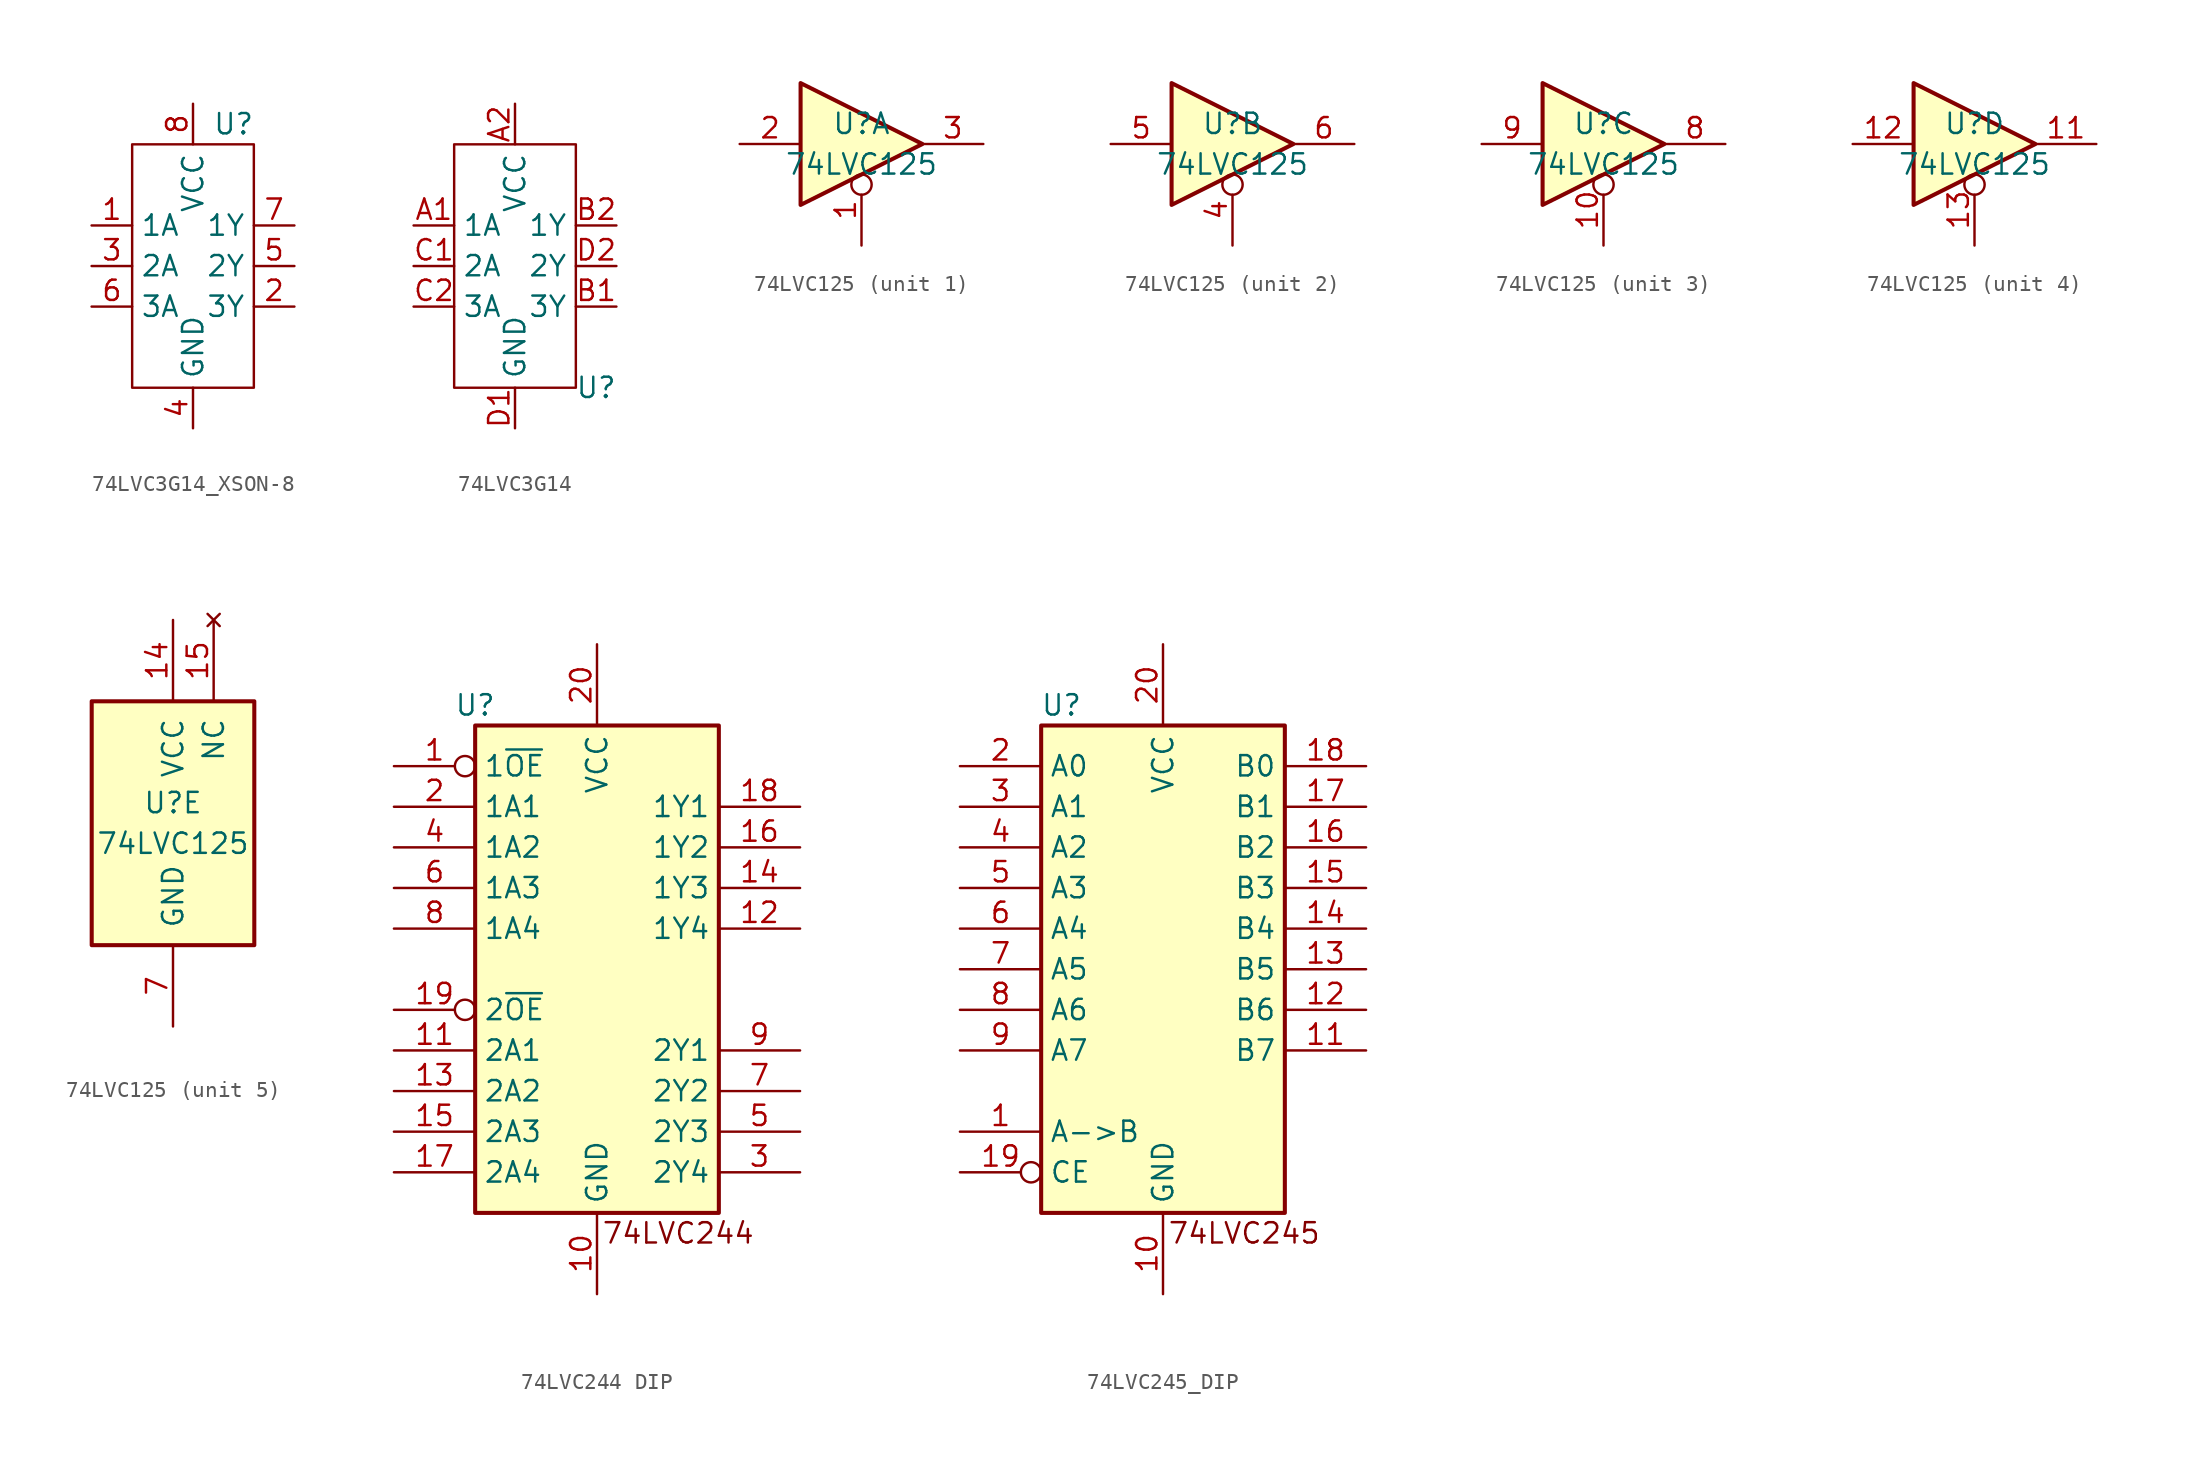
<source format=kicad_sym>
(kicad_symbol_lib
  (version 20220914)
  (generator kicad_symbol_editor)
  (symbol "74LVC3G14_XSON-8"
    (property "Reference" "U"
      (at 2.54 8.89 0)
      (effects (font (size 1.27 1.27))))
    (property "Value" ""
      (at 0 0 0)
      (effects (font (size 1.27 1.27))))
    (symbol "74LVC3G14_XSON-8_0_1"
      (rectangle (start -3.81 7.62) (end 3.81 -7.62) (stroke (width 0) (type default)) (fill (type none))))
    (symbol "74LVC3G14_XSON-8_1_1"
      (pin input line (at -6.35 2.54 0) (length 2.54) (name "1A" (effects (font (size 1.27 1.27)))) (number "1" (effects (font (size 1.27 1.27)))))
      (pin output line (at 6.35 -2.54 180) (length 2.54) (name "3Y" (effects (font (size 1.27 1.27)))) (number "2" (effects (font (size 1.27 1.27)))))
      (pin input line (at -6.35 0 0) (length 2.54) (name "2A" (effects (font (size 1.27 1.27)))) (number "3" (effects (font (size 1.27 1.27)))))
      (pin power_in line (at 0 -10.16 90) (length 2.54) (name "GND" (effects (font (size 1.27 1.27)))) (number "4" (effects (font (size 1.27 1.27)))))
      (pin output line (at 6.35 0 180) (length 2.54) (name "2Y" (effects (font (size 1.27 1.27)))) (number "5" (effects (font (size 1.27 1.27)))))
      (pin input line (at -6.35 -2.54 0) (length 2.54) (name "3A" (effects (font (size 1.27 1.27)))) (number "6" (effects (font (size 1.27 1.27)))))
      (pin output line (at 6.35 2.54 180) (length 2.54) (name "1Y" (effects (font (size 1.27 1.27)))) (number "7" (effects (font (size 1.27 1.27)))))
      (pin power_in line (at 0 10.16 270) (length 2.54) (name "VCC" (effects (font (size 1.27 1.27)))) (number "8" (effects (font (size 1.27 1.27)))))))
  (symbol "74LVC3G14"
    (property "Reference" "U"
      (at 5.08 -7.62 0)
      (effects (font (size 1.27 1.27))))
    (property "Value" ""
      (at 0 0 0)
      (effects (font (size 1.27 1.27))))
    (symbol "74LVC3G14_0_1"
      (rectangle (start -3.81 7.62) (end 3.81 -7.62) (stroke (width 0) (type default)) (fill (type none))))
    (symbol "74LVC3G14_1_1"
      (pin input line (at -6.35 2.54 0) (length 2.54) (name "1A" (effects (font (size 1.27 1.27)))) (number "A1" (effects (font (size 1.27 1.27)))))
      (pin power_in line (at 0 10.16 270) (length 2.54) (name "VCC" (effects (font (size 1.27 1.27)))) (number "A2" (effects (font (size 1.27 1.27)))))
      (pin output line (at 6.35 -2.54 180) (length 2.54) (name "3Y" (effects (font (size 1.27 1.27)))) (number "B1" (effects (font (size 1.27 1.27)))))
      (pin output line (at 6.35 2.54 180) (length 2.54) (name "1Y" (effects (font (size 1.27 1.27)))) (number "B2" (effects (font (size 1.27 1.27)))))
      (pin input line (at -6.35 0 0) (length 2.54) (name "2A" (effects (font (size 1.27 1.27)))) (number "C1" (effects (font (size 1.27 1.27)))))
      (pin input line (at -6.35 -2.54 0) (length 2.54) (name "3A" (effects (font (size 1.27 1.27)))) (number "C2" (effects (font (size 1.27 1.27)))))
      (pin power_in line (at 0 -10.16 90) (length 2.54) (name "GND" (effects (font (size 1.27 1.27)))) (number "D1" (effects (font (size 1.27 1.27)))))
      (pin output line (at 6.35 0 180) (length 2.54) (name "2Y" (effects (font (size 1.27 1.27)))) (number "D2" (effects (font (size 1.27 1.27)))))))
  (symbol "74LVC125"
    (pin_names
      (offset 1.016))
    (property "Reference" "U"
      (at 0 1.27 0)
      (effects (font (size 1.27 1.27))))
    (property "Value" "74LVC125"
      (at 0 -1.27 0)
      (effects (font (size 1.27 1.27))))
    (property "ki_locked" ""
      (at 0 0 0)
      (effects (font (size 1.27 1.27))))
    (symbol "74LVC125_1_0"
      (polyline (pts (xy -3.81 3.81) (xy -3.81 -3.81) (xy 3.81 0) (xy -3.81 3.81)) (stroke (width 0.254) (type default)) (fill (type background)))
      (pin input inverted (at 0 -6.35 90) (length 4.445) (name "~" (effects (font (size 1.27 1.27)))) (number "1" (effects (font (size 1.27 1.27)))))
      (pin input line (at -7.62 0 0) (length 3.81) (name "~" (effects (font (size 1.27 1.27)))) (number "2" (effects (font (size 1.27 1.27)))))
      (pin tri_state line (at 7.62 0 180) (length 3.81) (name "~" (effects (font (size 1.27 1.27)))) (number "3" (effects (font (size 1.27 1.27))))))
    (symbol "74LVC125_2_0"
      (polyline (pts (xy -3.81 3.81) (xy -3.81 -3.81) (xy 3.81 0) (xy -3.81 3.81)) (stroke (width 0.254) (type default)) (fill (type background)))
      (pin input inverted (at 0 -6.35 90) (length 4.445) (name "~" (effects (font (size 1.27 1.27)))) (number "4" (effects (font (size 1.27 1.27)))))
      (pin input line (at -7.62 0 0) (length 3.81) (name "~" (effects (font (size 1.27 1.27)))) (number "5" (effects (font (size 1.27 1.27)))))
      (pin tri_state line (at 7.62 0 180) (length 3.81) (name "~" (effects (font (size 1.27 1.27)))) (number "6" (effects (font (size 1.27 1.27))))))
    (symbol "74LVC125_3_0"
      (polyline (pts (xy -3.81 3.81) (xy -3.81 -3.81) (xy 3.81 0) (xy -3.81 3.81)) (stroke (width 0.254) (type default)) (fill (type background)))
      (pin input inverted (at 0 -6.35 90) (length 4.445) (name "~" (effects (font (size 1.27 1.27)))) (number "10" (effects (font (size 1.27 1.27)))))
      (pin tri_state line (at 7.62 0 180) (length 3.81) (name "~" (effects (font (size 1.27 1.27)))) (number "8" (effects (font (size 1.27 1.27)))))
      (pin input line (at -7.62 0 0) (length 3.81) (name "~" (effects (font (size 1.27 1.27)))) (number "9" (effects (font (size 1.27 1.27))))))
    (symbol "74LVC125_4_0"
      (polyline (pts (xy -3.81 3.81) (xy -3.81 -3.81) (xy 3.81 0) (xy -3.81 3.81)) (stroke (width 0.254) (type default)) (fill (type background)))
      (pin tri_state line (at 7.62 0 180) (length 3.81) (name "~" (effects (font (size 1.27 1.27)))) (number "11" (effects (font (size 1.27 1.27)))))
      (pin input line (at -7.62 0 0) (length 3.81) (name "~" (effects (font (size 1.27 1.27)))) (number "12" (effects (font (size 1.27 1.27)))))
      (pin input inverted (at 0 -6.35 90) (length 4.445) (name "~" (effects (font (size 1.27 1.27)))) (number "13" (effects (font (size 1.27 1.27))))))
    (symbol "74LVC125_5_0"
      (pin power_in line (at 0 12.7 270) (length 5.08) (name "VCC" (effects (font (size 1.27 1.27)))) (number "14" (effects (font (size 1.27 1.27)))))
      (pin no_connect line (at 2.54 12.7 270) (length 5.08) (name "NC" (effects (font (size 1.27 1.27)))) (number "15" (effects (font (size 1.27 1.27)))))
      (pin power_in line (at 0 -12.7 90) (length 5.08) (name "GND" (effects (font (size 1.27 1.27)))) (number "7" (effects (font (size 1.27 1.27))))))
    (symbol "74LVC125_5_1"
      (rectangle (start -5.08 7.62) (end 5.08 -7.62) (stroke (width 0.254) (type default)) (fill (type background)))))
  (symbol "74LVC244 DIP"
    (property "Reference" "U"
      (at -7.62 16.51 0)
      (effects (font (size 1.27 1.27))))
    (property "Value" ""
      (at 0 2.54 0)
      (effects (font (size 1.27 1.27))))
    (symbol "74LVC244 DIP_1_0"
      (pin input inverted (at -12.7 12.7 0) (length 5.08) (name "1~{OE}" (effects (font (size 1.27 1.27)))) (number "1" (effects (font (size 1.27 1.27)))))
      (pin power_in line (at 0 -20.32 90) (length 5.08) (name "GND" (effects (font (size 1.27 1.27)))) (number "10" (effects (font (size 1.27 1.27)))))
      (pin input line (at -12.7 -5.08 0) (length 5.08) (name "2A1" (effects (font (size 1.27 1.27)))) (number "11" (effects (font (size 1.27 1.27)))))
      (pin tri_state line (at 12.7 2.54 180) (length 5.08) (name "1Y4" (effects (font (size 1.27 1.27)))) (number "12" (effects (font (size 1.27 1.27)))))
      (pin input line (at -12.7 -7.62 0) (length 5.08) (name "2A2" (effects (font (size 1.27 1.27)))) (number "13" (effects (font (size 1.27 1.27)))))
      (pin tri_state line (at 12.7 5.08 180) (length 5.08) (name "1Y3" (effects (font (size 1.27 1.27)))) (number "14" (effects (font (size 1.27 1.27)))))
      (pin input line (at -12.7 -10.16 0) (length 5.08) (name "2A3" (effects (font (size 1.27 1.27)))) (number "15" (effects (font (size 1.27 1.27)))))
      (pin tri_state line (at 12.7 7.62 180) (length 5.08) (name "1Y2" (effects (font (size 1.27 1.27)))) (number "16" (effects (font (size 1.27 1.27)))))
      (pin input line (at -12.7 -12.7 0) (length 5.08) (name "2A4" (effects (font (size 1.27 1.27)))) (number "17" (effects (font (size 1.27 1.27)))))
      (pin tri_state line (at 12.7 10.16 180) (length 5.08) (name "1Y1" (effects (font (size 1.27 1.27)))) (number "18" (effects (font (size 1.27 1.27)))))
      (pin input inverted (at -12.7 -2.54 0) (length 5.08) (name "2~{OE}" (effects (font (size 1.27 1.27)))) (number "19" (effects (font (size 1.27 1.27)))))
      (pin input line (at -12.7 10.16 0) (length 5.08) (name "1A1" (effects (font (size 1.27 1.27)))) (number "2" (effects (font (size 1.27 1.27)))))
      (pin power_in line (at 0 20.32 270) (length 5.08) (name "VCC" (effects (font (size 1.27 1.27)))) (number "20" (effects (font (size 1.27 1.27)))))
      (pin tri_state line (at 12.7 -12.7 180) (length 5.08) (name "2Y4" (effects (font (size 1.27 1.27)))) (number "3" (effects (font (size 1.27 1.27)))))
      (pin input line (at -12.7 7.62 0) (length 5.08) (name "1A2" (effects (font (size 1.27 1.27)))) (number "4" (effects (font (size 1.27 1.27)))))
      (pin tri_state line (at 12.7 -10.16 180) (length 5.08) (name "2Y3" (effects (font (size 1.27 1.27)))) (number "5" (effects (font (size 1.27 1.27)))))
      (pin input line (at -12.7 5.08 0) (length 5.08) (name "1A3" (effects (font (size 1.27 1.27)))) (number "6" (effects (font (size 1.27 1.27)))))
      (pin tri_state line (at 12.7 -7.62 180) (length 5.08) (name "2Y2" (effects (font (size 1.27 1.27)))) (number "7" (effects (font (size 1.27 1.27)))))
      (pin input line (at -12.7 2.54 0) (length 5.08) (name "1A4" (effects (font (size 1.27 1.27)))) (number "8" (effects (font (size 1.27 1.27)))))
      (pin tri_state line (at 12.7 -5.08 180) (length 5.08) (name "2Y1" (effects (font (size 1.27 1.27)))) (number "9" (effects (font (size 1.27 1.27))))))
    (symbol "74LVC244 DIP_1_1"
      (rectangle (start -7.62 15.24) (end 7.62 -15.24) (stroke (width 0.254) (type default)) (fill (type background)))
      (text "74LVC244" (at 5.08 -16.51 0) (effects (font (size 1.27 1.27))))))
  (symbol "74LVC245_DIP"
    (property "Reference" "U"
      (at -6.35 16.51 0)
      (effects (font (size 1.27 1.27))))
    (property "Value" ""
      (at 0 0 0)
      (effects (font (size 1.27 1.27))))
    (symbol "74LVC245_DIP_1_0"
      (pin input line (at -12.7 -10.16 0) (length 5.08) (name "A->B" (effects (font (size 1.27 1.27)))) (number "1" (effects (font (size 1.27 1.27)))))
      (pin power_in line (at 0 -20.32 90) (length 5.08) (name "GND" (effects (font (size 1.27 1.27)))) (number "10" (effects (font (size 1.27 1.27)))))
      (pin tri_state line (at 12.7 -5.08 180) (length 5.08) (name "B7" (effects (font (size 1.27 1.27)))) (number "11" (effects (font (size 1.27 1.27)))))
      (pin tri_state line (at 12.7 -2.54 180) (length 5.08) (name "B6" (effects (font (size 1.27 1.27)))) (number "12" (effects (font (size 1.27 1.27)))))
      (pin tri_state line (at 12.7 0 180) (length 5.08) (name "B5" (effects (font (size 1.27 1.27)))) (number "13" (effects (font (size 1.27 1.27)))))
      (pin tri_state line (at 12.7 2.54 180) (length 5.08) (name "B4" (effects (font (size 1.27 1.27)))) (number "14" (effects (font (size 1.27 1.27)))))
      (pin tri_state line (at 12.7 5.08 180) (length 5.08) (name "B3" (effects (font (size 1.27 1.27)))) (number "15" (effects (font (size 1.27 1.27)))))
      (pin tri_state line (at 12.7 7.62 180) (length 5.08) (name "B2" (effects (font (size 1.27 1.27)))) (number "16" (effects (font (size 1.27 1.27)))))
      (pin tri_state line (at 12.7 10.16 180) (length 5.08) (name "B1" (effects (font (size 1.27 1.27)))) (number "17" (effects (font (size 1.27 1.27)))))
      (pin tri_state line (at 12.7 12.7 180) (length 5.08) (name "B0" (effects (font (size 1.27 1.27)))) (number "18" (effects (font (size 1.27 1.27)))))
      (pin input inverted (at -12.7 -12.7 0) (length 5.08) (name "CE" (effects (font (size 1.27 1.27)))) (number "19" (effects (font (size 1.27 1.27)))))
      (pin tri_state line (at -12.7 12.7 0) (length 5.08) (name "A0" (effects (font (size 1.27 1.27)))) (number "2" (effects (font (size 1.27 1.27)))))
      (pin power_in line (at 0 20.32 270) (length 5.08) (name "VCC" (effects (font (size 1.27 1.27)))) (number "20" (effects (font (size 1.27 1.27)))))
      (pin tri_state line (at -12.7 10.16 0) (length 5.08) (name "A1" (effects (font (size 1.27 1.27)))) (number "3" (effects (font (size 1.27 1.27)))))
      (pin tri_state line (at -12.7 7.62 0) (length 5.08) (name "A2" (effects (font (size 1.27 1.27)))) (number "4" (effects (font (size 1.27 1.27)))))
      (pin tri_state line (at -12.7 5.08 0) (length 5.08) (name "A3" (effects (font (size 1.27 1.27)))) (number "5" (effects (font (size 1.27 1.27)))))
      (pin tri_state line (at -12.7 2.54 0) (length 5.08) (name "A4" (effects (font (size 1.27 1.27)))) (number "6" (effects (font (size 1.27 1.27)))))
      (pin tri_state line (at -12.7 0 0) (length 5.08) (name "A5" (effects (font (size 1.27 1.27)))) (number "7" (effects (font (size 1.27 1.27)))))
      (pin tri_state line (at -12.7 -2.54 0) (length 5.08) (name "A6" (effects (font (size 1.27 1.27)))) (number "8" (effects (font (size 1.27 1.27)))))
      (pin tri_state line (at -12.7 -5.08 0) (length 5.08) (name "A7" (effects (font (size 1.27 1.27)))) (number "9" (effects (font (size 1.27 1.27))))))
    (symbol "74LVC245_DIP_1_1"
      (rectangle (start -7.62 15.24) (end 7.62 -15.24) (stroke (width 0.254) (type default)) (fill (type background)))
      (text "74LVC245" (at 5.08 -16.51 0) (effects (font (size 1.27 1.27)))))))
</source>
